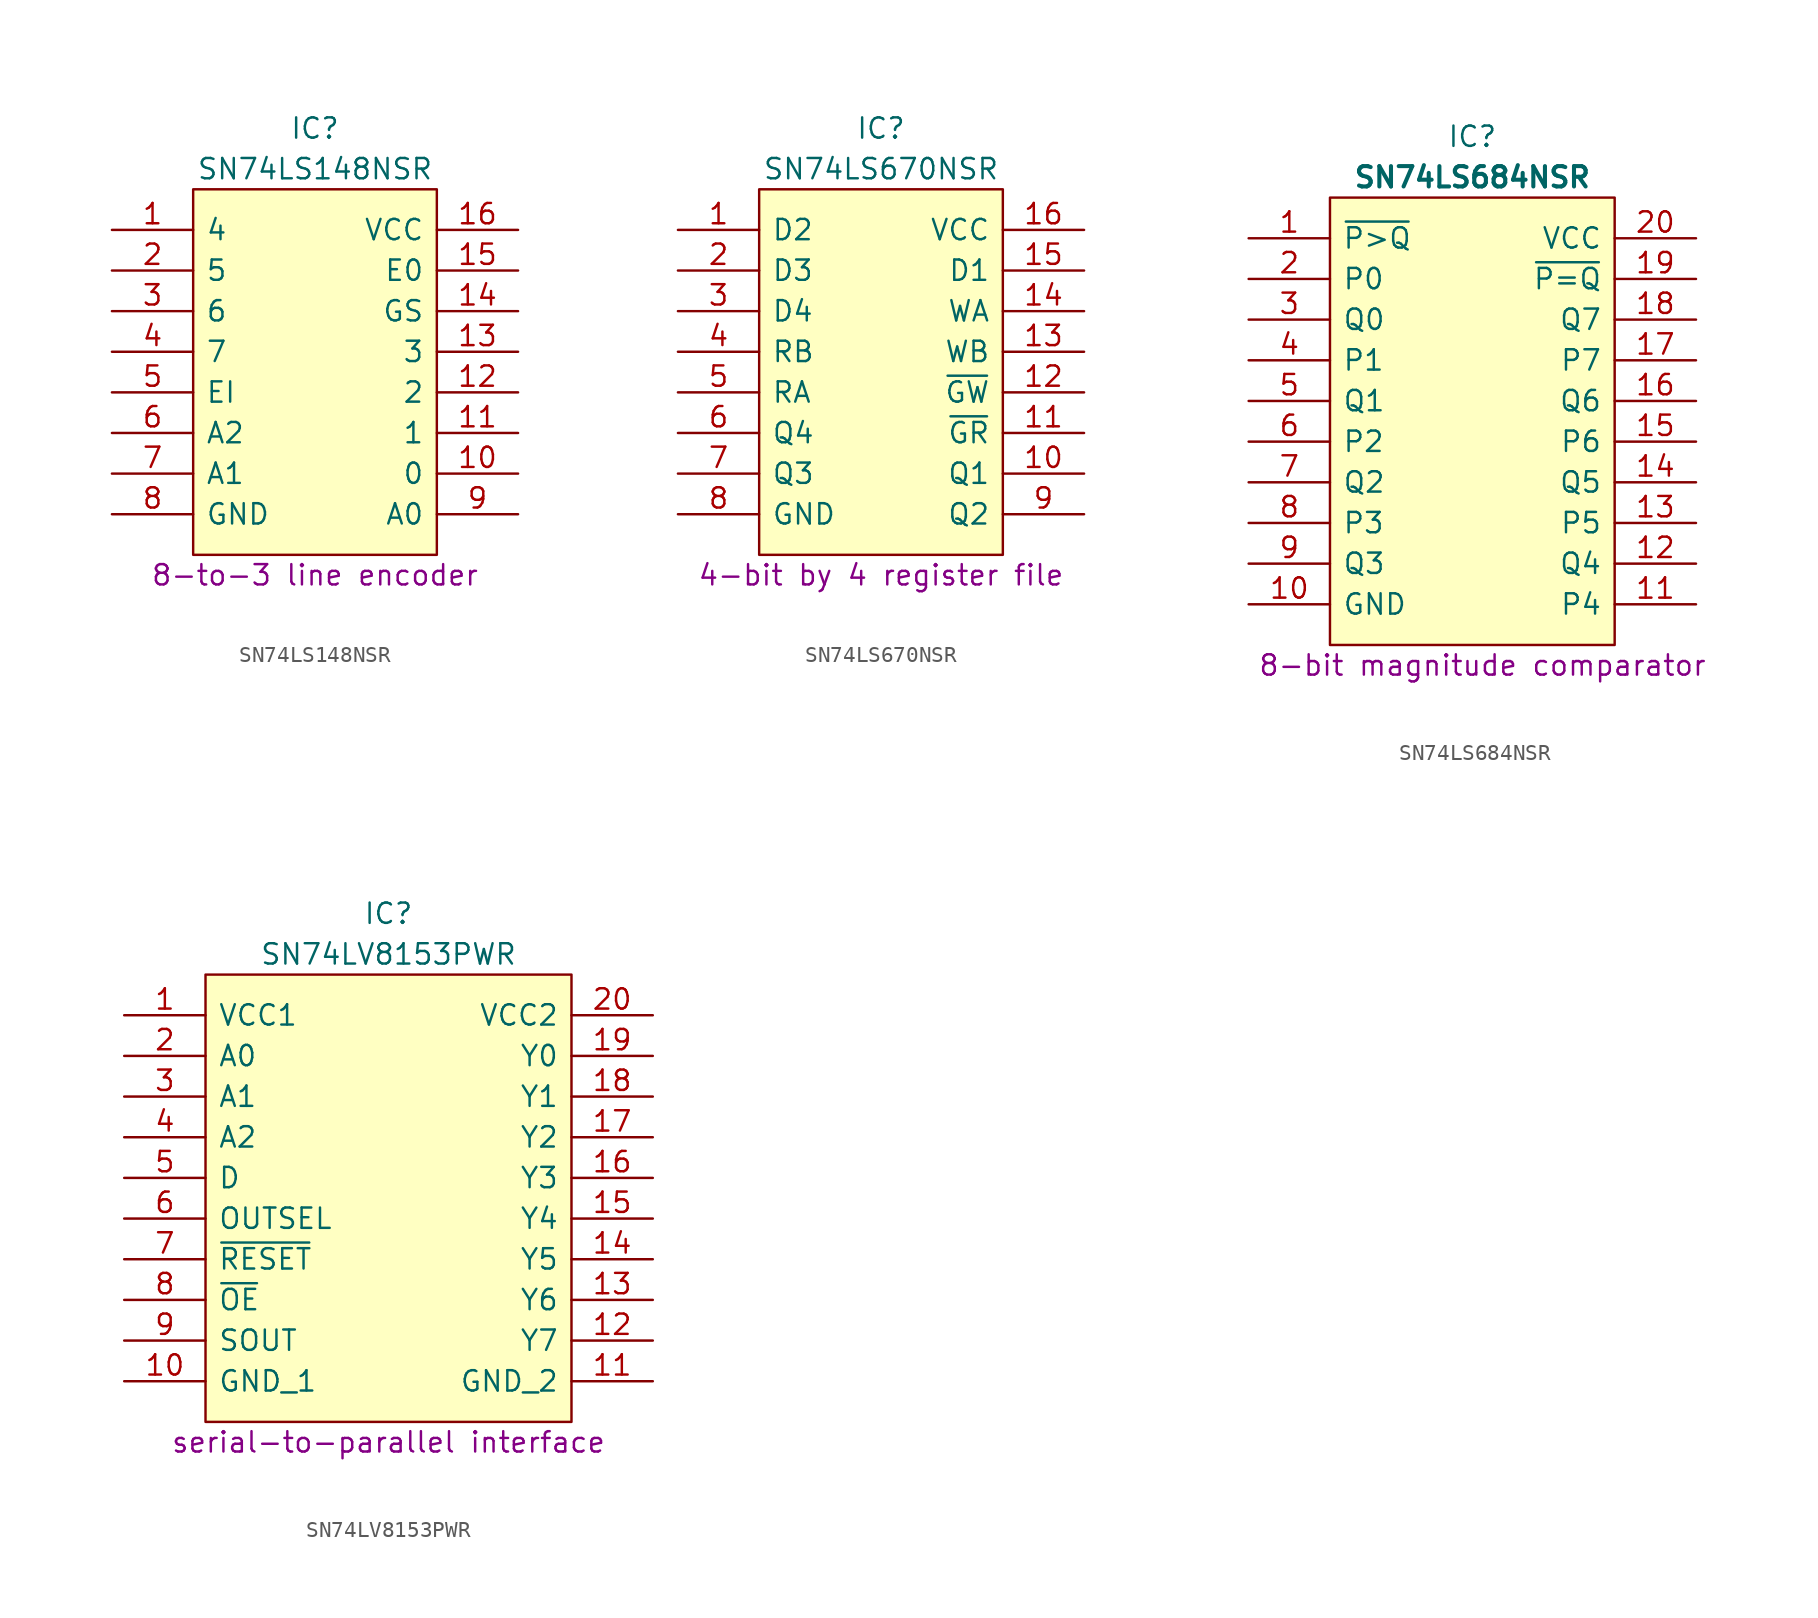
<source format=kicad_sym>
(kicad_symbol_lib
  (version 20241209)
  (generator "kicad_symbol_editor")
  (generator_version "9.0")
  (symbol "SN74LS148NSR"
    (pin_names
      (offset 0.762))
    (property "Reference" "IC"
      (at 12.7 6.35 0)
      (effects (font (size 1.27 1.27))))
    (property "Value" "SN74LS148NSR"
      (at 12.7 3.81 0)
      (effects (font (size 1.27 1.27))))
    (property "Description" "8-to-3 line encoder"
      (at 12.7 -21.59 0)
      (effects (font (size 1.27 1.27))))
    (symbol "SN74LS148NSR_0_0"
      (pin passive line (at 0 0 0) (length 5.08) (name "4" (effects (font (size 1.27 1.27)))) (number "1" (effects (font (size 1.27 1.27)))))
      (pin passive line (at 0 -2.54 0) (length 5.08) (name "5" (effects (font (size 1.27 1.27)))) (number "2" (effects (font (size 1.27 1.27)))))
      (pin passive line (at 0 -5.08 0) (length 5.08) (name "6" (effects (font (size 1.27 1.27)))) (number "3" (effects (font (size 1.27 1.27)))))
      (pin passive line (at 0 -7.62 0) (length 5.08) (name "7" (effects (font (size 1.27 1.27)))) (number "4" (effects (font (size 1.27 1.27)))))
      (pin passive line (at 0 -10.16 0) (length 5.08) (name "EI" (effects (font (size 1.27 1.27)))) (number "5" (effects (font (size 1.27 1.27)))))
      (pin passive line (at 0 -12.7 0) (length 5.08) (name "A2" (effects (font (size 1.27 1.27)))) (number "6" (effects (font (size 1.27 1.27)))))
      (pin passive line (at 0 -15.24 0) (length 5.08) (name "A1" (effects (font (size 1.27 1.27)))) (number "7" (effects (font (size 1.27 1.27)))))
      (pin passive line (at 0 -17.78 0) (length 5.08) (name "GND" (effects (font (size 1.27 1.27)))) (number "8" (effects (font (size 1.27 1.27)))))
      (pin passive line (at 25.4 0 180) (length 5.08) (name "VCC" (effects (font (size 1.27 1.27)))) (number "16" (effects (font (size 1.27 1.27)))))
      (pin passive line (at 25.4 -2.54 180) (length 5.08) (name "E0" (effects (font (size 1.27 1.27)))) (number "15" (effects (font (size 1.27 1.27)))))
      (pin passive line (at 25.4 -5.08 180) (length 5.08) (name "GS" (effects (font (size 1.27 1.27)))) (number "14" (effects (font (size 1.27 1.27)))))
      (pin passive line (at 25.4 -7.62 180) (length 5.08) (name "3" (effects (font (size 1.27 1.27)))) (number "13" (effects (font (size 1.27 1.27)))))
      (pin passive line (at 25.4 -10.16 180) (length 5.08) (name "2" (effects (font (size 1.27 1.27)))) (number "12" (effects (font (size 1.27 1.27)))))
      (pin passive line (at 25.4 -12.7 180) (length 5.08) (name "1" (effects (font (size 1.27 1.27)))) (number "11" (effects (font (size 1.27 1.27)))))
      (pin passive line (at 25.4 -15.24 180) (length 5.08) (name "0" (effects (font (size 1.27 1.27)))) (number "10" (effects (font (size 1.27 1.27)))))
      (pin passive line (at 25.4 -17.78 180) (length 5.08) (name "A0" (effects (font (size 1.27 1.27)))) (number "9" (effects (font (size 1.27 1.27))))))
    (symbol "SN74LS148NSR_0_1"
      (polyline (pts (xy 5.08 2.54) (xy 20.32 2.54) (xy 20.32 -20.32) (xy 5.08 -20.32) (xy 5.08 2.54)) (stroke (width 0.152) (type default)) (fill (type background)))))
  (symbol "SN74LS670NSR"
    (pin_names
      (offset 0.762))
    (property "Reference" "IC"
      (at 12.7 6.35 0)
      (effects (font (size 1.27 1.27))))
    (property "Value" "SN74LS670NSR"
      (at 12.7 3.81 0)
      (effects (font (size 1.27 1.27))))
    (property "Description" "4-bit by 4 register file"
      (at 12.7 -21.59 0)
      (effects (font (size 1.27 1.27))))
    (symbol "SN74LS670NSR_0_0"
      (pin passive line (at 0 0 0) (length 5.08) (name "D2" (effects (font (size 1.27 1.27)))) (number "1" (effects (font (size 1.27 1.27)))))
      (pin passive line (at 0 -2.54 0) (length 5.08) (name "D3" (effects (font (size 1.27 1.27)))) (number "2" (effects (font (size 1.27 1.27)))))
      (pin passive line (at 0 -5.08 0) (length 5.08) (name "D4" (effects (font (size 1.27 1.27)))) (number "3" (effects (font (size 1.27 1.27)))))
      (pin passive line (at 0 -7.62 0) (length 5.08) (name "RB" (effects (font (size 1.27 1.27)))) (number "4" (effects (font (size 1.27 1.27)))))
      (pin passive line (at 0 -10.16 0) (length 5.08) (name "RA" (effects (font (size 1.27 1.27)))) (number "5" (effects (font (size 1.27 1.27)))))
      (pin passive line (at 0 -12.7 0) (length 5.08) (name "Q4" (effects (font (size 1.27 1.27)))) (number "6" (effects (font (size 1.27 1.27)))))
      (pin passive line (at 0 -15.24 0) (length 5.08) (name "Q3" (effects (font (size 1.27 1.27)))) (number "7" (effects (font (size 1.27 1.27)))))
      (pin passive line (at 0 -17.78 0) (length 5.08) (name "GND" (effects (font (size 1.27 1.27)))) (number "8" (effects (font (size 1.27 1.27)))))
      (pin passive line (at 25.4 0 180) (length 5.08) (name "VCC" (effects (font (size 1.27 1.27)))) (number "16" (effects (font (size 1.27 1.27)))))
      (pin passive line (at 25.4 -2.54 180) (length 5.08) (name "D1" (effects (font (size 1.27 1.27)))) (number "15" (effects (font (size 1.27 1.27)))))
      (pin passive line (at 25.4 -5.08 180) (length 5.08) (name "WA" (effects (font (size 1.27 1.27)))) (number "14" (effects (font (size 1.27 1.27)))))
      (pin passive line (at 25.4 -7.62 180) (length 5.08) (name "WB" (effects (font (size 1.27 1.27)))) (number "13" (effects (font (size 1.27 1.27)))))
      (pin passive line (at 25.4 -10.16 180) (length 5.08) (name "~{GW}" (effects (font (size 1.27 1.27)))) (number "12" (effects (font (size 1.27 1.27)))))
      (pin passive line (at 25.4 -12.7 180) (length 5.08) (name "~{GR}" (effects (font (size 1.27 1.27)))) (number "11" (effects (font (size 1.27 1.27)))))
      (pin passive line (at 25.4 -15.24 180) (length 5.08) (name "Q1" (effects (font (size 1.27 1.27)))) (number "10" (effects (font (size 1.27 1.27)))))
      (pin passive line (at 25.4 -17.78 180) (length 5.08) (name "Q2" (effects (font (size 1.27 1.27)))) (number "9" (effects (font (size 1.27 1.27))))))
    (symbol "SN74LS670NSR_0_1"
      (polyline (pts (xy 5.08 2.54) (xy 20.32 2.54) (xy 20.32 -20.32) (xy 5.08 -20.32) (xy 5.08 2.54)) (stroke (width 0.152) (type default)) (fill (type background)))))
  (symbol "SN74LS684NSR"
    (pin_names
      (offset 0.762))
    (property "Reference" "IC"
      (at 13.97 6.35 0)
      (effects (font (size 1.27 1.27))))
    (property "Value" "SN74LS684NSR"
      (at 13.97 3.81 0)
      (effects (font (size 1.27 1.27) (bold yes))))
    (property "Description" "8-bit magnitude comparator"
      (at 14.605 -26.67 0)
      (effects (font (size 1.27 1.27))))
    (symbol "SN74LS684NSR_0_0"
      (pin passive line (at 0 0 0) (length 5.08) (name "~{P>Q}" (effects (font (size 1.27 1.27)))) (number "1" (effects (font (size 1.27 1.27)))))
      (pin passive line (at 0 -2.54 0) (length 5.08) (name "P0" (effects (font (size 1.27 1.27)))) (number "2" (effects (font (size 1.27 1.27)))))
      (pin passive line (at 0 -5.08 0) (length 5.08) (name "Q0" (effects (font (size 1.27 1.27)))) (number "3" (effects (font (size 1.27 1.27)))))
      (pin passive line (at 0 -7.62 0) (length 5.08) (name "P1" (effects (font (size 1.27 1.27)))) (number "4" (effects (font (size 1.27 1.27)))))
      (pin passive line (at 0 -10.16 0) (length 5.08) (name "Q1" (effects (font (size 1.27 1.27)))) (number "5" (effects (font (size 1.27 1.27)))))
      (pin passive line (at 0 -12.7 0) (length 5.08) (name "P2" (effects (font (size 1.27 1.27)))) (number "6" (effects (font (size 1.27 1.27)))))
      (pin passive line (at 0 -15.24 0) (length 5.08) (name "Q2" (effects (font (size 1.27 1.27)))) (number "7" (effects (font (size 1.27 1.27)))))
      (pin passive line (at 0 -17.78 0) (length 5.08) (name "P3" (effects (font (size 1.27 1.27)))) (number "8" (effects (font (size 1.27 1.27)))))
      (pin passive line (at 0 -20.32 0) (length 5.08) (name "Q3" (effects (font (size 1.27 1.27)))) (number "9" (effects (font (size 1.27 1.27)))))
      (pin passive line (at 0 -22.86 0) (length 5.08) (name "GND" (effects (font (size 1.27 1.27)))) (number "10" (effects (font (size 1.27 1.27)))))
      (pin passive line (at 27.94 0 180) (length 5.08) (name "VCC" (effects (font (size 1.27 1.27)))) (number "20" (effects (font (size 1.27 1.27)))))
      (pin passive line (at 27.94 -2.54 180) (length 5.08) (name "~{P=Q}" (effects (font (size 1.27 1.27)))) (number "19" (effects (font (size 1.27 1.27)))))
      (pin passive line (at 27.94 -5.08 180) (length 5.08) (name "Q7" (effects (font (size 1.27 1.27)))) (number "18" (effects (font (size 1.27 1.27)))))
      (pin passive line (at 27.94 -7.62 180) (length 5.08) (name "P7" (effects (font (size 1.27 1.27)))) (number "17" (effects (font (size 1.27 1.27)))))
      (pin passive line (at 27.94 -10.16 180) (length 5.08) (name "Q6" (effects (font (size 1.27 1.27)))) (number "16" (effects (font (size 1.27 1.27)))))
      (pin passive line (at 27.94 -12.7 180) (length 5.08) (name "P6" (effects (font (size 1.27 1.27)))) (number "15" (effects (font (size 1.27 1.27)))))
      (pin passive line (at 27.94 -15.24 180) (length 5.08) (name "Q5" (effects (font (size 1.27 1.27)))) (number "14" (effects (font (size 1.27 1.27)))))
      (pin passive line (at 27.94 -17.78 180) (length 5.08) (name "P5" (effects (font (size 1.27 1.27)))) (number "13" (effects (font (size 1.27 1.27)))))
      (pin passive line (at 27.94 -20.32 180) (length 5.08) (name "Q4" (effects (font (size 1.27 1.27)))) (number "12" (effects (font (size 1.27 1.27)))))
      (pin passive line (at 27.94 -22.86 180) (length 5.08) (name "P4" (effects (font (size 1.27 1.27)))) (number "11" (effects (font (size 1.27 1.27))))))
    (symbol "SN74LS684NSR_0_1"
      (polyline (pts (xy 5.08 2.54) (xy 22.86 2.54) (xy 22.86 -25.4) (xy 5.08 -25.4) (xy 5.08 2.54)) (stroke (width 0.152) (type default)) (fill (type background)))))
  (symbol "SN74LV8153PWR"
    (pin_names
      (offset 0.762))
    (property "Reference" "IC"
      (at 16.51 6.35 0)
      (effects (font (size 1.27 1.27))))
    (property "Value" "SN74LV8153PWR"
      (at 16.51 3.81 0)
      (effects (font (size 1.27 1.27))))
    (property "Description" "serial-to-parallel interface"
      (at 16.51 -26.67 0)
      (effects (font (size 1.27 1.27))))
    (symbol "SN74LV8153PWR_0_0"
      (pin passive line (at 0 0 0) (length 5.08) (name "VCC1" (effects (font (size 1.27 1.27)))) (number "1" (effects (font (size 1.27 1.27)))))
      (pin passive line (at 0 -2.54 0) (length 5.08) (name "A0" (effects (font (size 1.27 1.27)))) (number "2" (effects (font (size 1.27 1.27)))))
      (pin passive line (at 0 -5.08 0) (length 5.08) (name "A1" (effects (font (size 1.27 1.27)))) (number "3" (effects (font (size 1.27 1.27)))))
      (pin passive line (at 0 -7.62 0) (length 5.08) (name "A2" (effects (font (size 1.27 1.27)))) (number "4" (effects (font (size 1.27 1.27)))))
      (pin passive line (at 0 -10.16 0) (length 5.08) (name "D" (effects (font (size 1.27 1.27)))) (number "5" (effects (font (size 1.27 1.27)))))
      (pin passive line (at 0 -12.7 0) (length 5.08) (name "OUTSEL" (effects (font (size 1.27 1.27)))) (number "6" (effects (font (size 1.27 1.27)))))
      (pin passive line (at 0 -15.24 0) (length 5.08) (name "~{RESET}" (effects (font (size 1.27 1.27)))) (number "7" (effects (font (size 1.27 1.27)))))
      (pin passive line (at 0 -17.78 0) (length 5.08) (name "~{OE}" (effects (font (size 1.27 1.27)))) (number "8" (effects (font (size 1.27 1.27)))))
      (pin passive line (at 0 -20.32 0) (length 5.08) (name "SOUT" (effects (font (size 1.27 1.27)))) (number "9" (effects (font (size 1.27 1.27)))))
      (pin passive line (at 0 -22.86 0) (length 5.08) (name "GND_1" (effects (font (size 1.27 1.27)))) (number "10" (effects (font (size 1.27 1.27)))))
      (pin passive line (at 33.02 0 180) (length 5.08) (name "VCC2" (effects (font (size 1.27 1.27)))) (number "20" (effects (font (size 1.27 1.27)))))
      (pin passive line (at 33.02 -2.54 180) (length 5.08) (name "Y0" (effects (font (size 1.27 1.27)))) (number "19" (effects (font (size 1.27 1.27)))))
      (pin passive line (at 33.02 -5.08 180) (length 5.08) (name "Y1" (effects (font (size 1.27 1.27)))) (number "18" (effects (font (size 1.27 1.27)))))
      (pin passive line (at 33.02 -7.62 180) (length 5.08) (name "Y2" (effects (font (size 1.27 1.27)))) (number "17" (effects (font (size 1.27 1.27)))))
      (pin passive line (at 33.02 -10.16 180) (length 5.08) (name "Y3" (effects (font (size 1.27 1.27)))) (number "16" (effects (font (size 1.27 1.27)))))
      (pin passive line (at 33.02 -12.7 180) (length 5.08) (name "Y4" (effects (font (size 1.27 1.27)))) (number "15" (effects (font (size 1.27 1.27)))))
      (pin passive line (at 33.02 -15.24 180) (length 5.08) (name "Y5" (effects (font (size 1.27 1.27)))) (number "14" (effects (font (size 1.27 1.27)))))
      (pin passive line (at 33.02 -17.78 180) (length 5.08) (name "Y6" (effects (font (size 1.27 1.27)))) (number "13" (effects (font (size 1.27 1.27)))))
      (pin passive line (at 33.02 -20.32 180) (length 5.08) (name "Y7" (effects (font (size 1.27 1.27)))) (number "12" (effects (font (size 1.27 1.27)))))
      (pin passive line (at 33.02 -22.86 180) (length 5.08) (name "GND_2" (effects (font (size 1.27 1.27)))) (number "11" (effects (font (size 1.27 1.27))))))
    (symbol "SN74LV8153PWR_0_1"
      (polyline (pts (xy 5.08 2.54) (xy 27.94 2.54) (xy 27.94 -25.4) (xy 5.08 -25.4) (xy 5.08 2.54)) (stroke (width 0.152) (type default)) (fill (type background))))))
</source>
